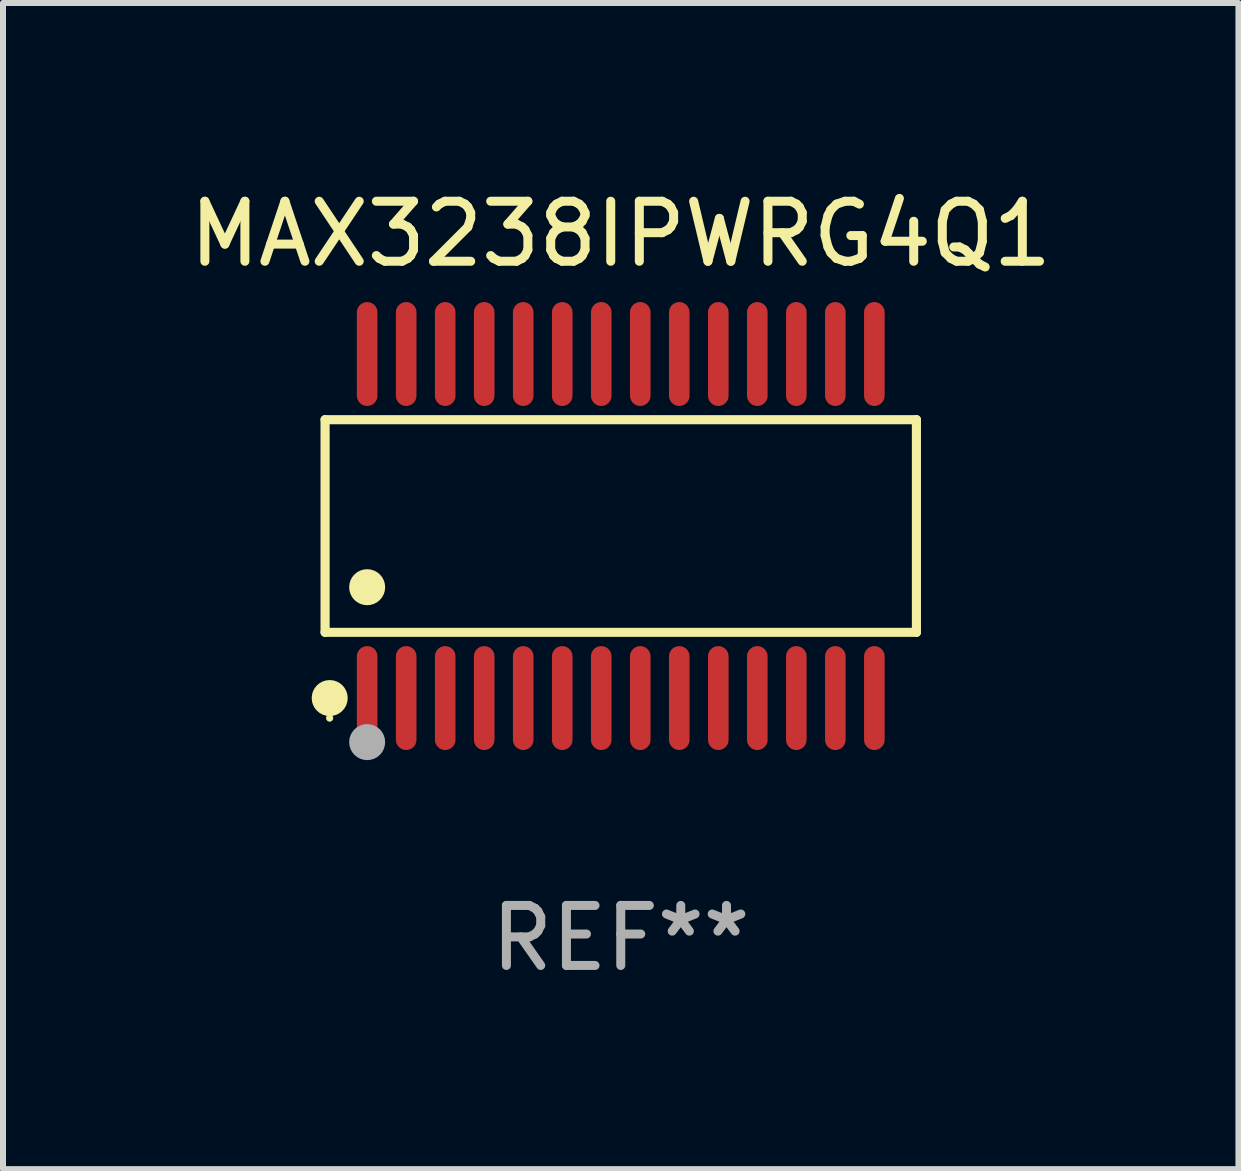
<source format=kicad_pcb>
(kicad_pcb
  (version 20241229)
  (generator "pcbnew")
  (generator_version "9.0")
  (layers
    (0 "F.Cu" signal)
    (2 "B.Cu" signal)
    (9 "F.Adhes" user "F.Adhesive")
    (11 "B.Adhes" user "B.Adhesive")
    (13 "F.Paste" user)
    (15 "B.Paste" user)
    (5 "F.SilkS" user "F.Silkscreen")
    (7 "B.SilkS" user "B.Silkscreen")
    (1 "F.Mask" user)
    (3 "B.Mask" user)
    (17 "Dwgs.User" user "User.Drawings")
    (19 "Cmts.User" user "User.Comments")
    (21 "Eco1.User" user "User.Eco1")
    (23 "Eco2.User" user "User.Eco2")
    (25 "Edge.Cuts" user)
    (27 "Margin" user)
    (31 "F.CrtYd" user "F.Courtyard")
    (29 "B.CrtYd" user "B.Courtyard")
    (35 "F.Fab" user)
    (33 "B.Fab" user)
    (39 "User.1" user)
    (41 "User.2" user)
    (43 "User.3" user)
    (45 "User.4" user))
  (footprint "MAX3238IPWRG4Q1"
    (layer "F.Cu")
    (at 7.292 5.714)
    (property "Reference" "MAX3238IPWRG4Q1" (at 0 -4.866 0) (layer "F.SilkS") (effects (font (size 1 1) (thickness 0.15))))
    (attr through_hole)
    (fp_line (start -4.926 -1.772) (end 4.926 -1.772) (stroke (width 0.152) (type solid)) (layer "F.SilkS"))
    (fp_line (start -4.926 1.771) (end -4.926 -1.772) (stroke (width 0.152) (type solid)) (layer "F.SilkS"))
    (fp_line (start 4.926 -1.772) (end 4.926 1.771) (stroke (width 0.152) (type solid)) (layer "F.SilkS"))
    (fp_line (start 4.926 1.771) (end -4.926 1.771) (stroke (width 0.152) (type solid)) (layer "F.SilkS"))
    (fp_circle (center -4.85 3.2) (end -4.82 3.2) (stroke (width 0.06) (type solid)) (fill no) (layer "F.SilkS"))
    (fp_circle (center -4.849 2.866) (end -4.699 2.866) (stroke (width 0.3) (type solid)) (fill no) (layer "F.SilkS"))
    (fp_circle (center -4.225 1.019) (end -4.075 1.019) (stroke (width 0.3) (type solid)) (fill no) (layer "F.SilkS"))
    (fp_circle (center -4.225 3.6) (end -4.075 3.6) (stroke (width 0.3) (type solid)) (fill no) (layer "F.Fab"))
    (fp_text user "REF**" (at 0 6.866 0) (layer "F.Fab") (effects (font (size 1 1) (thickness 0.15))))
    (pad "1" smd oval (at -4.225 2.866) (size 0.343 1.731) (layers "F.Cu" "F.Mask" "F.Paste"))
    (pad "2" smd oval (at -3.575 2.866) (size 0.343 1.731) (layers "F.Cu" "F.Mask" "F.Paste"))
    (pad "3" smd oval (at -2.925 2.866) (size 0.343 1.731) (layers "F.Cu" "F.Mask" "F.Paste"))
    (pad "4" smd oval (at -2.275 2.866) (size 0.343 1.731) (layers "F.Cu" "F.Mask" "F.Paste"))
    (pad "5" smd oval (at -1.625 2.866) (size 0.343 1.731) (layers "F.Cu" "F.Mask" "F.Paste"))
    (pad "6" smd oval (at -0.975 2.866) (size 0.343 1.731) (layers "F.Cu" "F.Mask" "F.Paste"))
    (pad "7" smd oval (at -0.325 2.866) (size 0.343 1.731) (layers "F.Cu" "F.Mask" "F.Paste"))
    (pad "8" smd oval (at 0.325 2.866) (size 0.343 1.731) (layers "F.Cu" "F.Mask" "F.Paste"))
    (pad "9" smd oval (at 0.975 2.866) (size 0.343 1.731) (layers "F.Cu" "F.Mask" "F.Paste"))
    (pad "10" smd oval (at 1.625 2.866) (size 0.343 1.731) (layers "F.Cu" "F.Mask" "F.Paste"))
    (pad "11" smd oval (at 2.275 2.866) (size 0.343 1.731) (layers "F.Cu" "F.Mask" "F.Paste"))
    (pad "12" smd oval (at 2.925 2.866) (size 0.343 1.731) (layers "F.Cu" "F.Mask" "F.Paste"))
    (pad "13" smd oval (at 3.575 2.866) (size 0.343 1.731) (layers "F.Cu" "F.Mask" "F.Paste"))
    (pad "14" smd oval (at 4.225 2.866) (size 0.343 1.731) (layers "F.Cu" "F.Mask" "F.Paste"))
    (pad "15" smd oval (at 4.225 -2.866) (size 0.343 1.731) (layers "F.Cu" "F.Mask" "F.Paste"))
    (pad "16" smd oval (at 3.575 -2.866) (size 0.343 1.731) (layers "F.Cu" "F.Mask" "F.Paste"))
    (pad "17" smd oval (at 2.925 -2.866) (size 0.343 1.731) (layers "F.Cu" "F.Mask" "F.Paste"))
    (pad "18" smd oval (at 2.275 -2.866) (size 0.343 1.731) (layers "F.Cu" "F.Mask" "F.Paste"))
    (pad "19" smd oval (at 1.625 -2.866) (size 0.343 1.731) (layers "F.Cu" "F.Mask" "F.Paste"))
    (pad "20" smd oval (at 0.975 -2.866) (size 0.343 1.731) (layers "F.Cu" "F.Mask" "F.Paste"))
    (pad "21" smd oval (at 0.325 -2.866) (size 0.343 1.731) (layers "F.Cu" "F.Mask" "F.Paste"))
    (pad "22" smd oval (at -0.325 -2.866) (size 0.343 1.731) (layers "F.Cu" "F.Mask" "F.Paste"))
    (pad "23" smd oval (at -0.975 -2.866) (size 0.343 1.731) (layers "F.Cu" "F.Mask" "F.Paste"))
    (pad "24" smd oval (at -1.625 -2.866) (size 0.343 1.731) (layers "F.Cu" "F.Mask" "F.Paste"))
    (pad "25" smd oval (at -2.275 -2.866) (size 0.343 1.731) (layers "F.Cu" "F.Mask" "F.Paste"))
    (pad "26" smd oval (at -2.925 -2.866) (size 0.343 1.731) (layers "F.Cu" "F.Mask" "F.Paste"))
    (pad "27" smd oval (at -3.575 -2.866) (size 0.343 1.731) (layers "F.Cu" "F.Mask" "F.Paste"))
    (pad "28" smd oval (at -4.225 -2.866) (size 0.343 1.731) (layers "F.Cu" "F.Mask" "F.Paste")))
  (gr_rect
    (start -3 -3)
    (end 17.583 16.428)
    (stroke (width 0.1) (type default))
    (fill no)
    (layer "Edge.Cuts")))
</source>
